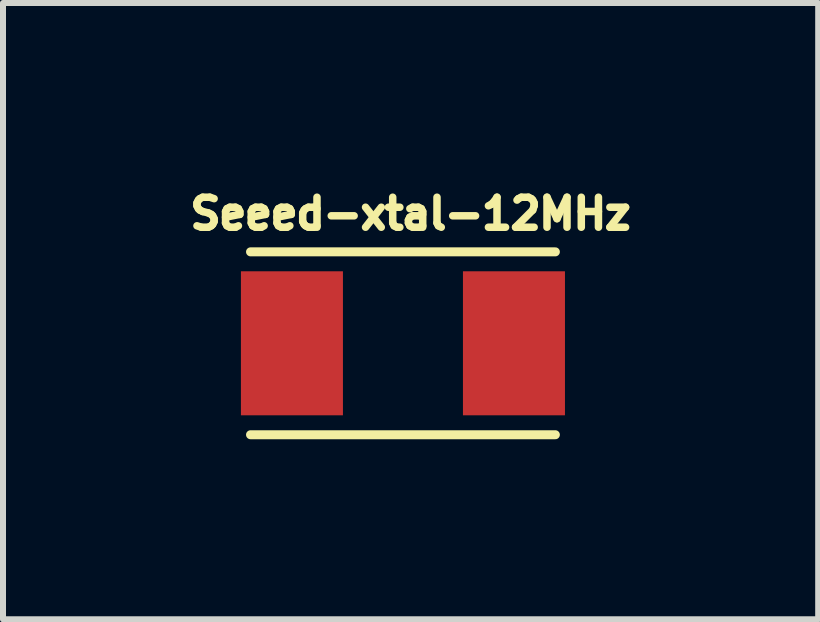
<source format=kicad_pcb>
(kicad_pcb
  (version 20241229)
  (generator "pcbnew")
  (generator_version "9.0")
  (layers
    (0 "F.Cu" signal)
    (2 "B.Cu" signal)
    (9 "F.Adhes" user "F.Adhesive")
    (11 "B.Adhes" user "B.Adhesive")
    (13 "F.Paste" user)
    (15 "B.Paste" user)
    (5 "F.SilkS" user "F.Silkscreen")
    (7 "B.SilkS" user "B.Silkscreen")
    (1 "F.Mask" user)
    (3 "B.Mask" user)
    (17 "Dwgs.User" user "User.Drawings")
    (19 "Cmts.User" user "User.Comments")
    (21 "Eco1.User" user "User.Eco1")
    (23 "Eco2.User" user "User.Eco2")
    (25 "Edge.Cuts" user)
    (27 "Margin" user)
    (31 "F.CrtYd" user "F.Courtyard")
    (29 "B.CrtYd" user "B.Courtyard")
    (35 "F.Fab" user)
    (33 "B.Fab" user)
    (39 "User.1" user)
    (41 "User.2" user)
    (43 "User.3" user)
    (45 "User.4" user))
  (footprint "Seeed-xtal-12MHz"
    (layer "F.Cu")
    (at 3.665 2.671)
    (property "Reference" "Seeed-xtal-12MHz" (at 0.127 -2.159 0) (layer "F.SilkS") (effects (font (size 0.5 0.5) (thickness 0.125))))
    (attr through_hole)
    (fp_line (start -2.54 -1.524) (end 2.54 -1.524) (stroke (width 0.15) (type solid)) (layer "F.SilkS"))
    (fp_line (start -2.54 1.524) (end 2.54 1.524) (stroke (width 0.15) (type solid)) (layer "F.SilkS"))
    (pad "1" smd rect (at 1.85 0) (size 1.7 2.4) (layers "F.Cu" "F.Mask" "F.Paste"))
    (pad "2" smd rect (at -1.85 0) (size 1.7 2.4) (layers "F.Cu" "F.Mask" "F.Paste")))
  (gr_rect
    (start -3 -3)
    (end 10.585 7.27)
    (stroke (width 0.1) (type default))
    (fill no)
    (layer "Edge.Cuts")))
</source>
